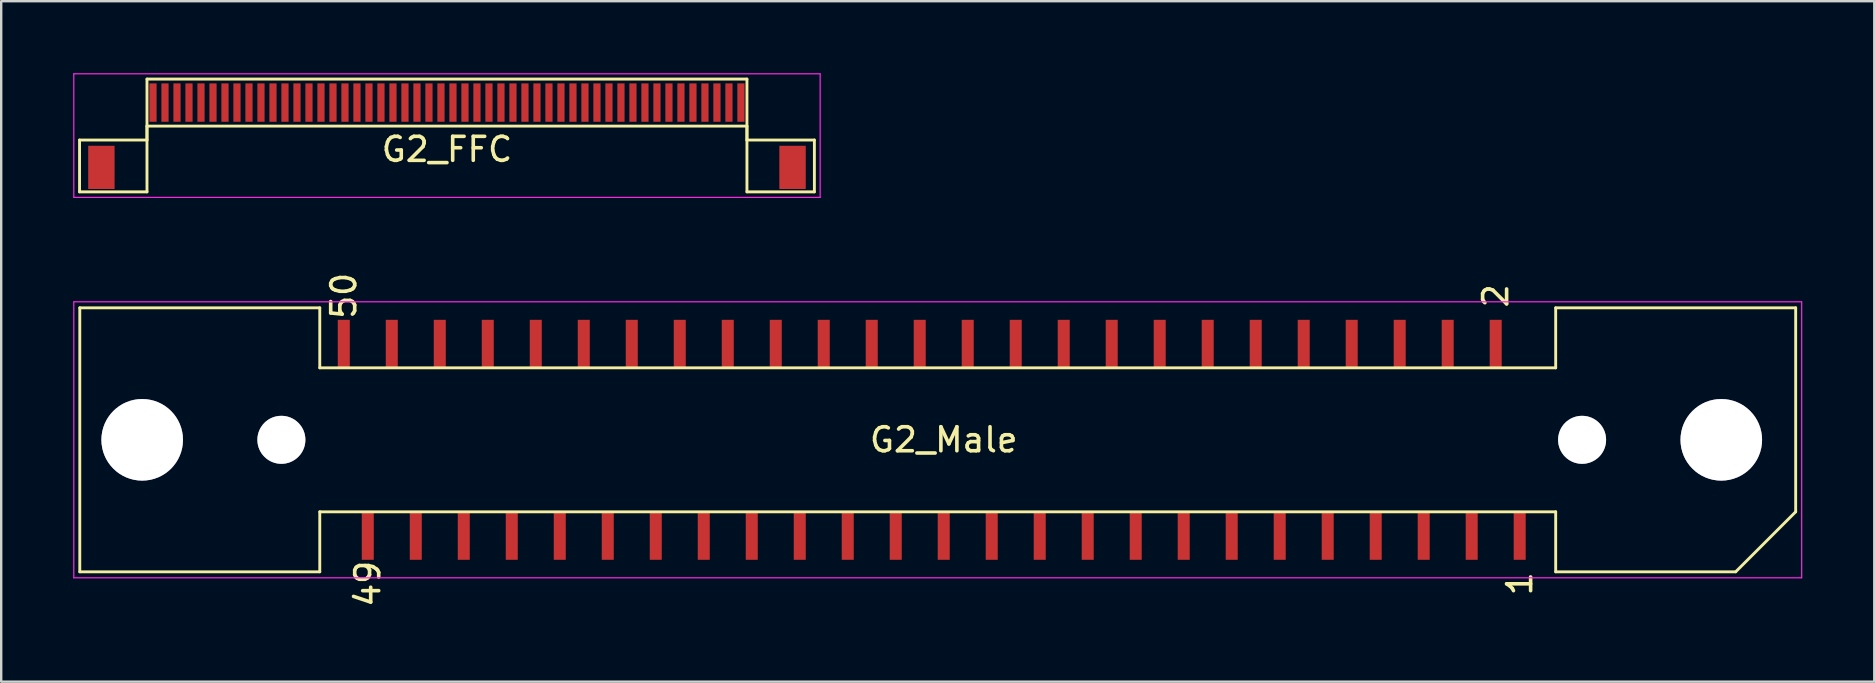
<source format=kicad_pcb>
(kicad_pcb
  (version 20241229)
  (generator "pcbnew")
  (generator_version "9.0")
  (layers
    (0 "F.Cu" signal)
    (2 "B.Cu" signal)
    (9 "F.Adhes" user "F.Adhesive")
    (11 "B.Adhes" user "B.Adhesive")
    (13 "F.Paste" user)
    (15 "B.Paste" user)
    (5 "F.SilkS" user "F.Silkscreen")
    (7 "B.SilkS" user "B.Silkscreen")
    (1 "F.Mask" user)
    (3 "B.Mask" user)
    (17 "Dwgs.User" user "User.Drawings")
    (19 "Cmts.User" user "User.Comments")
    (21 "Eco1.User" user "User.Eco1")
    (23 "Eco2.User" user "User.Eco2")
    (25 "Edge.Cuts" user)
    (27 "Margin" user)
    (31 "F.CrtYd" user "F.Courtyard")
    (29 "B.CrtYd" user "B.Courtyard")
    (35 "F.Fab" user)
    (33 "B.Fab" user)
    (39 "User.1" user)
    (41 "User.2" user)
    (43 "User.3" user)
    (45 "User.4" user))
  (footprint "G2_FFC"
    (layer "F.Cu")
    (at 15.575 1.225)
    (property "Reference" "G2_FFC" (at 0 1.95 0) (layer "F.SilkS") (effects (font (size 1 1) (thickness 0.15))))
    (attr through_hole)
    (fp_line (start -15.31 1.56) (end -12.5 1.56) (stroke (width 0.12) (type solid)) (layer "F.SilkS"))
    (fp_line (start -15.31 3.72) (end -15.31 1.56) (stroke (width 0.12) (type solid)) (layer "F.SilkS"))
    (fp_line (start -12.5 -0.98) (end 12.5 -0.98) (stroke (width 0.12) (type solid)) (layer "F.SilkS"))
    (fp_line (start -12.5 0.98) (end -12.5 3.72) (stroke (width 0.12) (type solid)) (layer "F.SilkS"))
    (fp_line (start -12.5 0.98) (end 12.5 0.98) (stroke (width 0.12) (type solid)) (layer "F.SilkS"))
    (fp_line (start -12.5 1.56) (end -12.5 -0.98) (stroke (width 0.12) (type solid)) (layer "F.SilkS"))
    (fp_line (start -12.5 3.72) (end -15.31 3.72) (stroke (width 0.12) (type solid)) (layer "F.SilkS"))
    (fp_line (start 12.5 0.98) (end 12.5 3.72) (stroke (width 0.12) (type solid)) (layer "F.SilkS"))
    (fp_line (start 12.5 1.56) (end 12.5 -0.98) (stroke (width 0.12) (type solid)) (layer "F.SilkS"))
    (fp_line (start 12.5 3.72) (end 15.31 3.72) (stroke (width 0.12) (type solid)) (layer "F.SilkS"))
    (fp_line (start 15.31 1.56) (end 12.5 1.56) (stroke (width 0.12) (type solid)) (layer "F.SilkS"))
    (fp_line (start 15.31 3.72) (end 15.31 1.56) (stroke (width 0.12) (type solid)) (layer "F.SilkS"))
    (fp_line (start -15.55 -1.2) (end -15.55 3.95) (stroke (width 0.05) (type solid)) (layer "F.CrtYd"))
    (fp_line (start -15.55 -1.2) (end 15.55 -1.2) (stroke (width 0.05) (type solid)) (layer "F.CrtYd"))
    (fp_line (start -15.55 3.95) (end 15.55 3.95) (stroke (width 0.05) (type solid)) (layer "F.CrtYd"))
    (fp_line (start 15.55 -1.2) (end 15.55 3.95) (stroke (width 0.05) (type solid)) (layer "F.CrtYd"))
    (pad "0" smd rect (at -14.4 2.7) (size 1.1 1.8) (layers "F.Cu" "F.Mask" "F.Paste"))
    (pad "0" smd rect (at 14.4 2.7) (size 1.1 1.8) (layers "F.Cu" "F.Mask" "F.Paste"))
    (pad "1" smd rect (at -12.25 0) (size 0.3 1.6) (layers "F.Cu" "F.Mask" "F.Paste"))
    (pad "2" smd rect (at -11.75 0) (size 0.3 1.6) (layers "F.Cu" "F.Mask" "F.Paste"))
    (pad "3" smd rect (at -11.25 0) (size 0.3 1.6) (layers "F.Cu" "F.Mask" "F.Paste"))
    (pad "4" smd rect (at -10.75 0) (size 0.3 1.6) (layers "F.Cu" "F.Mask" "F.Paste"))
    (pad "5" smd rect (at -10.25 0) (size 0.3 1.6) (layers "F.Cu" "F.Mask" "F.Paste"))
    (pad "6" smd rect (at -9.75 0) (size 0.3 1.6) (layers "F.Cu" "F.Mask" "F.Paste"))
    (pad "7" smd rect (at -9.25 0) (size 0.3 1.6) (layers "F.Cu" "F.Mask" "F.Paste"))
    (pad "8" smd rect (at -8.75 0) (size 0.3 1.6) (layers "F.Cu" "F.Mask" "F.Paste"))
    (pad "9" smd rect (at -8.25 0) (size 0.3 1.6) (layers "F.Cu" "F.Mask" "F.Paste"))
    (pad "10" smd rect (at -7.75 0) (size 0.3 1.6) (layers "F.Cu" "F.Mask" "F.Paste"))
    (pad "11" smd rect (at -7.25 0) (size 0.3 1.6) (layers "F.Cu" "F.Mask" "F.Paste"))
    (pad "12" smd rect (at -6.75 0) (size 0.3 1.6) (layers "F.Cu" "F.Mask" "F.Paste"))
    (pad "13" smd rect (at -6.25 0) (size 0.3 1.6) (layers "F.Cu" "F.Mask" "F.Paste"))
    (pad "14" smd rect (at -5.75 0) (size 0.3 1.6) (layers "F.Cu" "F.Mask" "F.Paste"))
    (pad "15" smd rect (at -5.25 0) (size 0.3 1.6) (layers "F.Cu" "F.Mask" "F.Paste"))
    (pad "16" smd rect (at -4.75 0) (size 0.3 1.6) (layers "F.Cu" "F.Mask" "F.Paste"))
    (pad "17" smd rect (at -4.25 0) (size 0.3 1.6) (layers "F.Cu" "F.Mask" "F.Paste"))
    (pad "18" smd rect (at -3.75 0) (size 0.3 1.6) (layers "F.Cu" "F.Mask" "F.Paste"))
    (pad "19" smd rect (at -3.25 0) (size 0.3 1.6) (layers "F.Cu" "F.Mask" "F.Paste"))
    (pad "20" smd rect (at -2.75 0) (size 0.3 1.6) (layers "F.Cu" "F.Mask" "F.Paste"))
    (pad "21" smd rect (at -2.25 0) (size 0.3 1.6) (layers "F.Cu" "F.Mask" "F.Paste"))
    (pad "22" smd rect (at -1.75 0) (size 0.3 1.6) (layers "F.Cu" "F.Mask" "F.Paste"))
    (pad "23" smd rect (at -1.25 0) (size 0.3 1.6) (layers "F.Cu" "F.Mask" "F.Paste"))
    (pad "24" smd rect (at -0.75 0) (size 0.3 1.6) (layers "F.Cu" "F.Mask" "F.Paste"))
    (pad "25" smd rect (at -0.25 0) (size 0.3 1.6) (layers "F.Cu" "F.Mask" "F.Paste"))
    (pad "26" smd rect (at 0.25 0) (size 0.3 1.6) (layers "F.Cu" "F.Mask" "F.Paste"))
    (pad "27" smd rect (at 0.75 0) (size 0.3 1.6) (layers "F.Cu" "F.Mask" "F.Paste"))
    (pad "28" smd rect (at 1.25 0) (size 0.3 1.6) (layers "F.Cu" "F.Mask" "F.Paste"))
    (pad "29" smd rect (at 1.75 0) (size 0.3 1.6) (layers "F.Cu" "F.Mask" "F.Paste"))
    (pad "30" smd rect (at 2.25 0) (size 0.3 1.6) (layers "F.Cu" "F.Mask" "F.Paste"))
    (pad "31" smd rect (at 2.75 0) (size 0.3 1.6) (layers "F.Cu" "F.Mask" "F.Paste"))
    (pad "32" smd rect (at 3.25 0) (size 0.3 1.6) (layers "F.Cu" "F.Mask" "F.Paste"))
    (pad "33" smd rect (at 3.75 0) (size 0.3 1.6) (layers "F.Cu" "F.Mask" "F.Paste"))
    (pad "34" smd rect (at 4.25 0) (size 0.3 1.6) (layers "F.Cu" "F.Mask" "F.Paste"))
    (pad "35" smd rect (at 4.75 0) (size 0.3 1.6) (layers "F.Cu" "F.Mask" "F.Paste"))
    (pad "36" smd rect (at 5.25 0) (size 0.3 1.6) (layers "F.Cu" "F.Mask" "F.Paste"))
    (pad "37" smd rect (at 5.75 0) (size 0.3 1.6) (layers "F.Cu" "F.Mask" "F.Paste"))
    (pad "38" smd rect (at 6.25 0) (size 0.3 1.6) (layers "F.Cu" "F.Mask" "F.Paste"))
    (pad "39" smd rect (at 6.75 0) (size 0.3 1.6) (layers "F.Cu" "F.Mask" "F.Paste"))
    (pad "40" smd rect (at 7.25 0) (size 0.3 1.6) (layers "F.Cu" "F.Mask" "F.Paste"))
    (pad "41" smd rect (at 7.75 0) (size 0.3 1.6) (layers "F.Cu" "F.Mask" "F.Paste"))
    (pad "42" smd rect (at 8.25 0) (size 0.3 1.6) (layers "F.Cu" "F.Mask" "F.Paste"))
    (pad "43" smd rect (at 8.75 0) (size 0.3 1.6) (layers "F.Cu" "F.Mask" "F.Paste"))
    (pad "44" smd rect (at 9.25 0) (size 0.3 1.6) (layers "F.Cu" "F.Mask" "F.Paste"))
    (pad "45" smd rect (at 9.75 0) (size 0.3 1.6) (layers "F.Cu" "F.Mask" "F.Paste"))
    (pad "46" smd rect (at 10.25 0) (size 0.3 1.6) (layers "F.Cu" "F.Mask" "F.Paste"))
    (pad "47" smd rect (at 10.75 0) (size 0.3 1.6) (layers "F.Cu" "F.Mask" "F.Paste"))
    (pad "48" smd rect (at 11.25 0) (size 0.3 1.6) (layers "F.Cu" "F.Mask" "F.Paste"))
    (pad "49" smd rect (at 11.75 0) (size 0.3 1.6) (layers "F.Cu" "F.Mask" "F.Paste"))
    (pad "50" smd rect (at 12.25 0) (size 0.3 1.6) (layers "F.Cu" "F.Mask" "F.Paste")))
  (footprint "G2_Male"
    (layer "F.Cu")
    (at 35.775 15.277)
    (property "Reference" "G2_Male" (at 0.5 0 0) (layer "F.SilkS") (effects (font (size 1 1) (thickness 0.15))))
    (attr smd)
    (fp_line (start -35.5 -5.5) (end -35.5 5.5) (stroke (width 0.12) (type solid)) (layer "F.SilkS"))
    (fp_line (start -25.5 -5.5) (end -35.5 -5.5) (stroke (width 0.12) (type solid)) (layer "F.SilkS"))
    (fp_line (start -25.5 -5.5) (end -25.5 -3) (stroke (width 0.12) (type solid)) (layer "F.SilkS"))
    (fp_line (start -25.5 5.5) (end -35.5 5.5) (stroke (width 0.12) (type solid)) (layer "F.SilkS"))
    (fp_line (start -25.5 5.5) (end -25.5 3) (stroke (width 0.12) (type solid)) (layer "F.SilkS"))
    (fp_line (start 26 -5.5) (end 26 -3) (stroke (width 0.12) (type solid)) (layer "F.SilkS"))
    (fp_line (start 26 -5.5) (end 36 -5.5) (stroke (width 0.12) (type solid)) (layer "F.SilkS"))
    (fp_line (start 26 -3) (end -25.5 -3) (stroke (width 0.12) (type solid)) (layer "F.SilkS"))
    (fp_line (start 26 3) (end -25.5 3) (stroke (width 0.12) (type solid)) (layer "F.SilkS"))
    (fp_line (start 26 3) (end 26 5.5) (stroke (width 0.12) (type solid)) (layer "F.SilkS"))
    (fp_line (start 33.5 5.5) (end 26 5.5) (stroke (width 0.12) (type solid)) (layer "F.SilkS"))
    (fp_line (start 33.5 5.5) (end 36 3) (stroke (width 0.12) (type solid)) (layer "F.SilkS"))
    (fp_line (start 36 -5.5) (end 36 3) (stroke (width 0.12) (type solid)) (layer "F.SilkS"))
    (fp_line (start -35.75 -5.75) (end 36.25 -5.75) (stroke (width 0.05) (type solid)) (layer "F.CrtYd"))
    (fp_line (start -35.75 5.75) (end -35.75 -5.75) (stroke (width 0.05) (type solid)) (layer "F.CrtYd"))
    (fp_line (start 36.25 -5.75) (end 36.25 5.75) (stroke (width 0.05) (type solid)) (layer "F.CrtYd"))
    (fp_line (start 36.25 5.75) (end -35.75 5.75) (stroke (width 0.05) (type solid)) (layer "F.CrtYd"))
    (fp_text user "49" (at -23.5 6 90) (layer "F.SilkS") (effects (font (size 1 1) (thickness 0.15))))
    (fp_text user "2" (at 23.5 -6 270) (layer "F.SilkS") (effects (font (size 1 1) (thickness 0.15))))
    (fp_text user "50" (at -24.5 -6 90) (layer "F.SilkS") (effects (font (size 1 1) (thickness 0.15))))
    (fp_text user "1" (at 24.5 6 270) (layer "F.SilkS") (effects (font (size 1 1) (thickness 0.15))))
    (pad "" thru_hole circle (at -27.1 0) (size 2 2) (drill 2) (layers "*.Cu" "*.Mask"))
    (pad "" thru_hole circle (at 27.1 0 180) (size 2 2) (drill 2) (layers "*.Cu" "*.Mask"))
    (pad "1" smd rect (at 24.5 4 180) (size 0.5 2) (layers "F.Cu" "F.Mask" "F.Paste"))
    (pad "2" smd rect (at 23.5 -4 180) (size 0.5 2) (layers "F.Cu" "F.Mask" "F.Paste"))
    (pad "3" smd rect (at 22.5 4 180) (size 0.5 2) (layers "F.Cu" "F.Mask" "F.Paste"))
    (pad "4" smd rect (at 21.5 -4 180) (size 0.5 2) (layers "F.Cu" "F.Mask" "F.Paste"))
    (pad "5" smd rect (at 20.5 4 180) (size 0.5 2) (layers "F.Cu" "F.Mask" "F.Paste"))
    (pad "6" smd rect (at 19.5 -4 180) (size 0.5 2) (layers "F.Cu" "F.Mask" "F.Paste"))
    (pad "7" smd rect (at 18.5 4 180) (size 0.5 2) (layers "F.Cu" "F.Mask" "F.Paste"))
    (pad "8" smd rect (at 17.5 -4 180) (size 0.5 2) (layers "F.Cu" "F.Mask" "F.Paste"))
    (pad "9" smd rect (at 16.5 4 180) (size 0.5 2) (layers "F.Cu" "F.Mask" "F.Paste"))
    (pad "10" smd rect (at 15.5 -4 180) (size 0.5 2) (layers "F.Cu" "F.Mask" "F.Paste"))
    (pad "11" smd rect (at 14.5 4 180) (size 0.5 2) (layers "F.Cu" "F.Mask" "F.Paste"))
    (pad "12" smd rect (at 13.5 -4 180) (size 0.5 2) (layers "F.Cu" "F.Mask" "F.Paste"))
    (pad "13" smd rect (at 12.5 4 180) (size 0.5 2) (layers "F.Cu" "F.Mask" "F.Paste"))
    (pad "14" smd rect (at 11.5 -4 180) (size 0.5 2) (layers "F.Cu" "F.Mask" "F.Paste"))
    (pad "15" smd rect (at 10.5 4 180) (size 0.5 2) (layers "F.Cu" "F.Mask" "F.Paste"))
    (pad "16" smd rect (at 9.5 -4 180) (size 0.5 2) (layers "F.Cu" "F.Mask" "F.Paste"))
    (pad "17" smd rect (at 8.5 4 180) (size 0.5 2) (layers "F.Cu" "F.Mask" "F.Paste"))
    (pad "18" smd rect (at 7.5 -4 180) (size 0.5 2) (layers "F.Cu" "F.Mask" "F.Paste"))
    (pad "19" smd rect (at 6.5 4 180) (size 0.5 2) (layers "F.Cu" "F.Mask" "F.Paste"))
    (pad "20" smd rect (at 5.5 -4 180) (size 0.5 2) (layers "F.Cu" "F.Mask" "F.Paste"))
    (pad "21" smd rect (at 4.5 4 180) (size 0.5 2) (layers "F.Cu" "F.Mask" "F.Paste"))
    (pad "22" smd rect (at 3.5 -4 180) (size 0.5 2) (layers "F.Cu" "F.Mask" "F.Paste"))
    (pad "23" smd rect (at 2.5 4 180) (size 0.5 2) (layers "F.Cu" "F.Mask" "F.Paste"))
    (pad "24" smd rect (at 1.5 -4 180) (size 0.5 2) (layers "F.Cu" "F.Mask" "F.Paste"))
    (pad "25" smd rect (at 0.5 4 180) (size 0.5 2) (layers "F.Cu" "F.Mask" "F.Paste"))
    (pad "26" smd rect (at -0.5 -4 180) (size 0.5 2) (layers "F.Cu" "F.Mask" "F.Paste"))
    (pad "27" smd rect (at -1.5 4 180) (size 0.5 2) (layers "F.Cu" "F.Mask" "F.Paste"))
    (pad "28" smd rect (at -2.5 -4 180) (size 0.5 2) (layers "F.Cu" "F.Mask" "F.Paste"))
    (pad "29" smd rect (at -3.5 4 180) (size 0.5 2) (layers "F.Cu" "F.Mask" "F.Paste"))
    (pad "30" smd rect (at -4.5 -4 180) (size 0.5 2) (layers "F.Cu" "F.Mask" "F.Paste"))
    (pad "31" smd rect (at -5.5 4 180) (size 0.5 2) (layers "F.Cu" "F.Mask" "F.Paste"))
    (pad "32" smd rect (at -6.5 -4 180) (size 0.5 2) (layers "F.Cu" "F.Mask" "F.Paste"))
    (pad "33" smd rect (at -7.5 4 180) (size 0.5 2) (layers "F.Cu" "F.Mask" "F.Paste"))
    (pad "34" smd rect (at -8.5 -4 180) (size 0.5 2) (layers "F.Cu" "F.Mask" "F.Paste"))
    (pad "35" smd rect (at -9.5 4 180) (size 0.5 2) (layers "F.Cu" "F.Mask" "F.Paste"))
    (pad "36" smd rect (at -10.5 -4 180) (size 0.5 2) (layers "F.Cu" "F.Mask" "F.Paste"))
    (pad "37" smd rect (at -11.5 4 180) (size 0.5 2) (layers "F.Cu" "F.Mask" "F.Paste"))
    (pad "38" smd rect (at -12.5 -4 180) (size 0.5 2) (layers "F.Cu" "F.Mask" "F.Paste"))
    (pad "39" smd rect (at -13.5 4 180) (size 0.5 2) (layers "F.Cu" "F.Mask" "F.Paste"))
    (pad "40" smd rect (at -14.5 -4 180) (size 0.5 2) (layers "F.Cu" "F.Mask" "F.Paste"))
    (pad "41" smd rect (at -15.5 4 180) (size 0.5 2) (layers "F.Cu" "F.Mask" "F.Paste"))
    (pad "42" smd rect (at -16.5 -4 180) (size 0.5 2) (layers "F.Cu" "F.Mask" "F.Paste"))
    (pad "43" smd rect (at -17.5 4 180) (size 0.5 2) (layers "F.Cu" "F.Mask" "F.Paste"))
    (pad "44" smd rect (at -18.5 -4 180) (size 0.5 2) (layers "F.Cu" "F.Mask" "F.Paste"))
    (pad "45" smd rect (at -19.5 4 180) (size 0.5 2) (layers "F.Cu" "F.Mask" "F.Paste"))
    (pad "46" smd rect (at -20.5 -4 180) (size 0.5 2) (layers "F.Cu" "F.Mask" "F.Paste"))
    (pad "47" smd rect (at -21.5 4 180) (size 0.5 2) (layers "F.Cu" "F.Mask" "F.Paste"))
    (pad "48" smd rect (at -22.5 -4 180) (size 0.5 2) (layers "F.Cu" "F.Mask" "F.Paste"))
    (pad "49" smd rect (at -23.5 4 180) (size 0.5 2) (layers "F.Cu" "F.Mask" "F.Paste"))
    (pad "50" smd rect (at -24.5 -4 180) (size 0.5 2) (layers "F.Cu" "F.Mask" "F.Paste"))
    (pad "Shield" thru_hole circle (at -32.9 0) (size 3.4 3.4) (drill 3.4) (layers "*.Cu" "*.Mask"))
    (pad "Shield" thru_hole circle (at 32.9 0 180) (size 3.4 3.4) (drill 3.4) (layers "*.Cu" "*.Mask")))
  (gr_rect
    (start -3 -3)
    (end 75.05 25.355)
    (stroke (width 0.1) (type default))
    (fill no)
    (layer "Edge.Cuts")))
</source>
